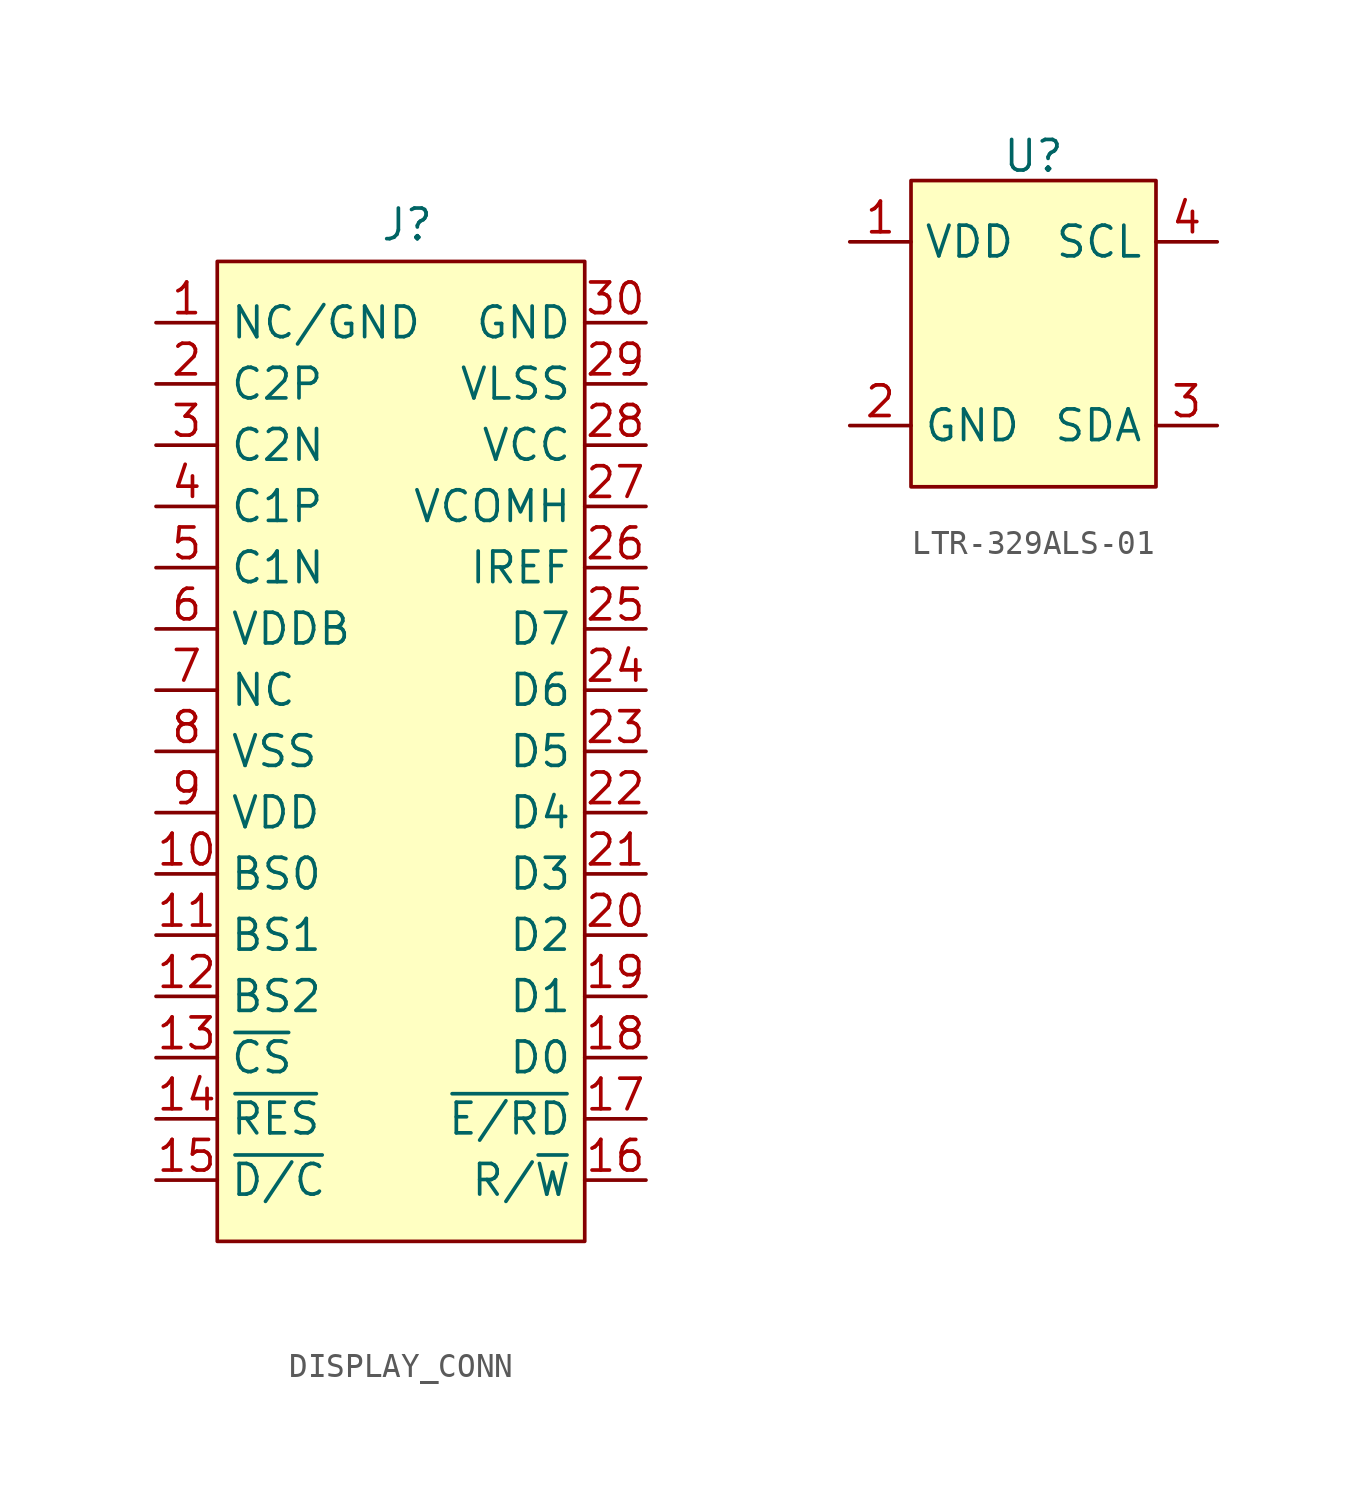
<source format=kicad_sym>
(kicad_symbol_lib
  (version 20241209)
  (generator "kicad_symbol_editor")
  (generator_version "9.0")
  (symbol "DISPLAY_CONN"
    (property "Reference" "J"
      (at 0.254 20.574 0)
      (effects (font (size 1.27 1.27))))
    (property "Value" ""
      (at 0 0 0)
      (effects (font (size 1.27 1.27))))
    (symbol "DISPLAY_CONN_1_1"
      (rectangle (start -7.62 19.05) (end 7.62 -21.59) (stroke (width 0) (type solid)) (fill (type background)))
      (pin passive line (at -10.16 16.51 0) (length 2.54) (name "NC/GND" (effects (font (size 1.27 1.27)))) (number "1" (effects (font (size 1.27 1.27)))))
      (pin passive line (at -10.16 13.97 0) (length 2.54) (name "C2P" (effects (font (size 1.27 1.27)))) (number "2" (effects (font (size 1.27 1.27)))))
      (pin passive line (at -10.16 11.43 0) (length 2.54) (name "C2N" (effects (font (size 1.27 1.27)))) (number "3" (effects (font (size 1.27 1.27)))))
      (pin passive line (at -10.16 8.89 0) (length 2.54) (name "C1P" (effects (font (size 1.27 1.27)))) (number "4" (effects (font (size 1.27 1.27)))))
      (pin passive line (at -10.16 6.35 0) (length 2.54) (name "C1N" (effects (font (size 1.27 1.27)))) (number "5" (effects (font (size 1.27 1.27)))))
      (pin passive line (at -10.16 3.81 0) (length 2.54) (name "VDDB" (effects (font (size 1.27 1.27)))) (number "6" (effects (font (size 1.27 1.27)))))
      (pin passive line (at -10.16 1.27 0) (length 2.54) (name "NC" (effects (font (size 1.27 1.27)))) (number "7" (effects (font (size 1.27 1.27)))))
      (pin passive line (at -10.16 -1.27 0) (length 2.54) (name "VSS" (effects (font (size 1.27 1.27)))) (number "8" (effects (font (size 1.27 1.27)))))
      (pin passive line (at -10.16 -3.81 0) (length 2.54) (name "VDD" (effects (font (size 1.27 1.27)))) (number "9" (effects (font (size 1.27 1.27)))))
      (pin passive line (at -10.16 -6.35 0) (length 2.54) (name "BS0" (effects (font (size 1.27 1.27)))) (number "10" (effects (font (size 1.27 1.27)))))
      (pin passive line (at -10.16 -8.89 0) (length 2.54) (name "BS1" (effects (font (size 1.27 1.27)))) (number "11" (effects (font (size 1.27 1.27)))))
      (pin passive line (at -10.16 -11.43 0) (length 2.54) (name "BS2" (effects (font (size 1.27 1.27)))) (number "12" (effects (font (size 1.27 1.27)))))
      (pin passive line (at -10.16 -13.97 0) (length 2.54) (name "~{CS}" (effects (font (size 1.27 1.27)))) (number "13" (effects (font (size 1.27 1.27)))))
      (pin passive line (at -10.16 -16.51 0) (length 2.54) (name "~{RES}" (effects (font (size 1.27 1.27)))) (number "14" (effects (font (size 1.27 1.27)))))
      (pin passive line (at -10.16 -19.05 0) (length 2.54) (name "~{D/C}" (effects (font (size 1.27 1.27)))) (number "15" (effects (font (size 1.27 1.27)))))
      (pin passive line (at 10.16 16.51 180) (length 2.54) (name "GND" (effects (font (size 1.27 1.27)))) (number "30" (effects (font (size 1.27 1.27)))))
      (pin passive line (at 10.16 13.97 180) (length 2.54) (name "VLSS" (effects (font (size 1.27 1.27)))) (number "29" (effects (font (size 1.27 1.27)))))
      (pin passive line (at 10.16 11.43 180) (length 2.54) (name "VCC" (effects (font (size 1.27 1.27)))) (number "28" (effects (font (size 1.27 1.27)))))
      (pin passive line (at 10.16 8.89 180) (length 2.54) (name "VCOMH" (effects (font (size 1.27 1.27)))) (number "27" (effects (font (size 1.27 1.27)))))
      (pin passive line (at 10.16 6.35 180) (length 2.54) (name "IREF" (effects (font (size 1.27 1.27)))) (number "26" (effects (font (size 1.27 1.27)))))
      (pin passive line (at 10.16 3.81 180) (length 2.54) (name "D7" (effects (font (size 1.27 1.27)))) (number "25" (effects (font (size 1.27 1.27)))))
      (pin passive line (at 10.16 1.27 180) (length 2.54) (name "D6" (effects (font (size 1.27 1.27)))) (number "24" (effects (font (size 1.27 1.27)))))
      (pin passive line (at 10.16 -1.27 180) (length 2.54) (name "D5" (effects (font (size 1.27 1.27)))) (number "23" (effects (font (size 1.27 1.27)))))
      (pin passive line (at 10.16 -3.81 180) (length 2.54) (name "D4" (effects (font (size 1.27 1.27)))) (number "22" (effects (font (size 1.27 1.27)))))
      (pin passive line (at 10.16 -6.35 180) (length 2.54) (name "D3" (effects (font (size 1.27 1.27)))) (number "21" (effects (font (size 1.27 1.27)))))
      (pin passive line (at 10.16 -8.89 180) (length 2.54) (name "D2" (effects (font (size 1.27 1.27)))) (number "20" (effects (font (size 1.27 1.27)))))
      (pin passive line (at 10.16 -11.43 180) (length 2.54) (name "D1" (effects (font (size 1.27 1.27)))) (number "19" (effects (font (size 1.27 1.27)))))
      (pin passive line (at 10.16 -13.97 180) (length 2.54) (name "D0" (effects (font (size 1.27 1.27)))) (number "18" (effects (font (size 1.27 1.27)))))
      (pin passive line (at 10.16 -16.51 180) (length 2.54) (name "~{E/RD}" (effects (font (size 1.27 1.27)))) (number "17" (effects (font (size 1.27 1.27)))))
      (pin passive line (at 10.16 -19.05 180) (length 2.54) (name "R/~{W}" (effects (font (size 1.27 1.27)))) (number "16" (effects (font (size 1.27 1.27)))))))
  (symbol "LTR-329ALS-01"
    (property "Reference" "U"
      (at 0 7.366 0)
      (effects (font (size 1.27 1.27))))
    (property "Value" ""
      (at 0 0 0)
      (effects (font (size 1.27 1.27))))
    (symbol "LTR-329ALS-01_1_1"
      (rectangle (start -5.08 6.35) (end 5.08 -6.35) (stroke (width 0) (type solid)) (fill (type background)))
      (pin passive line (at -7.62 3.81 0) (length 2.54) (name "VDD" (effects (font (size 1.27 1.27)))) (number "1" (effects (font (size 1.27 1.27)))))
      (pin passive line (at -7.62 -3.81 0) (length 2.54) (name "GND" (effects (font (size 1.27 1.27)))) (number "2" (effects (font (size 1.27 1.27)))))
      (pin passive line (at 7.62 3.81 180) (length 2.54) (name "SCL" (effects (font (size 1.27 1.27)))) (number "4" (effects (font (size 1.27 1.27)))))
      (pin passive line (at 7.62 -3.81 180) (length 2.54) (name "SDA" (effects (font (size 1.27 1.27)))) (number "3" (effects (font (size 1.27 1.27))))))))
</source>
